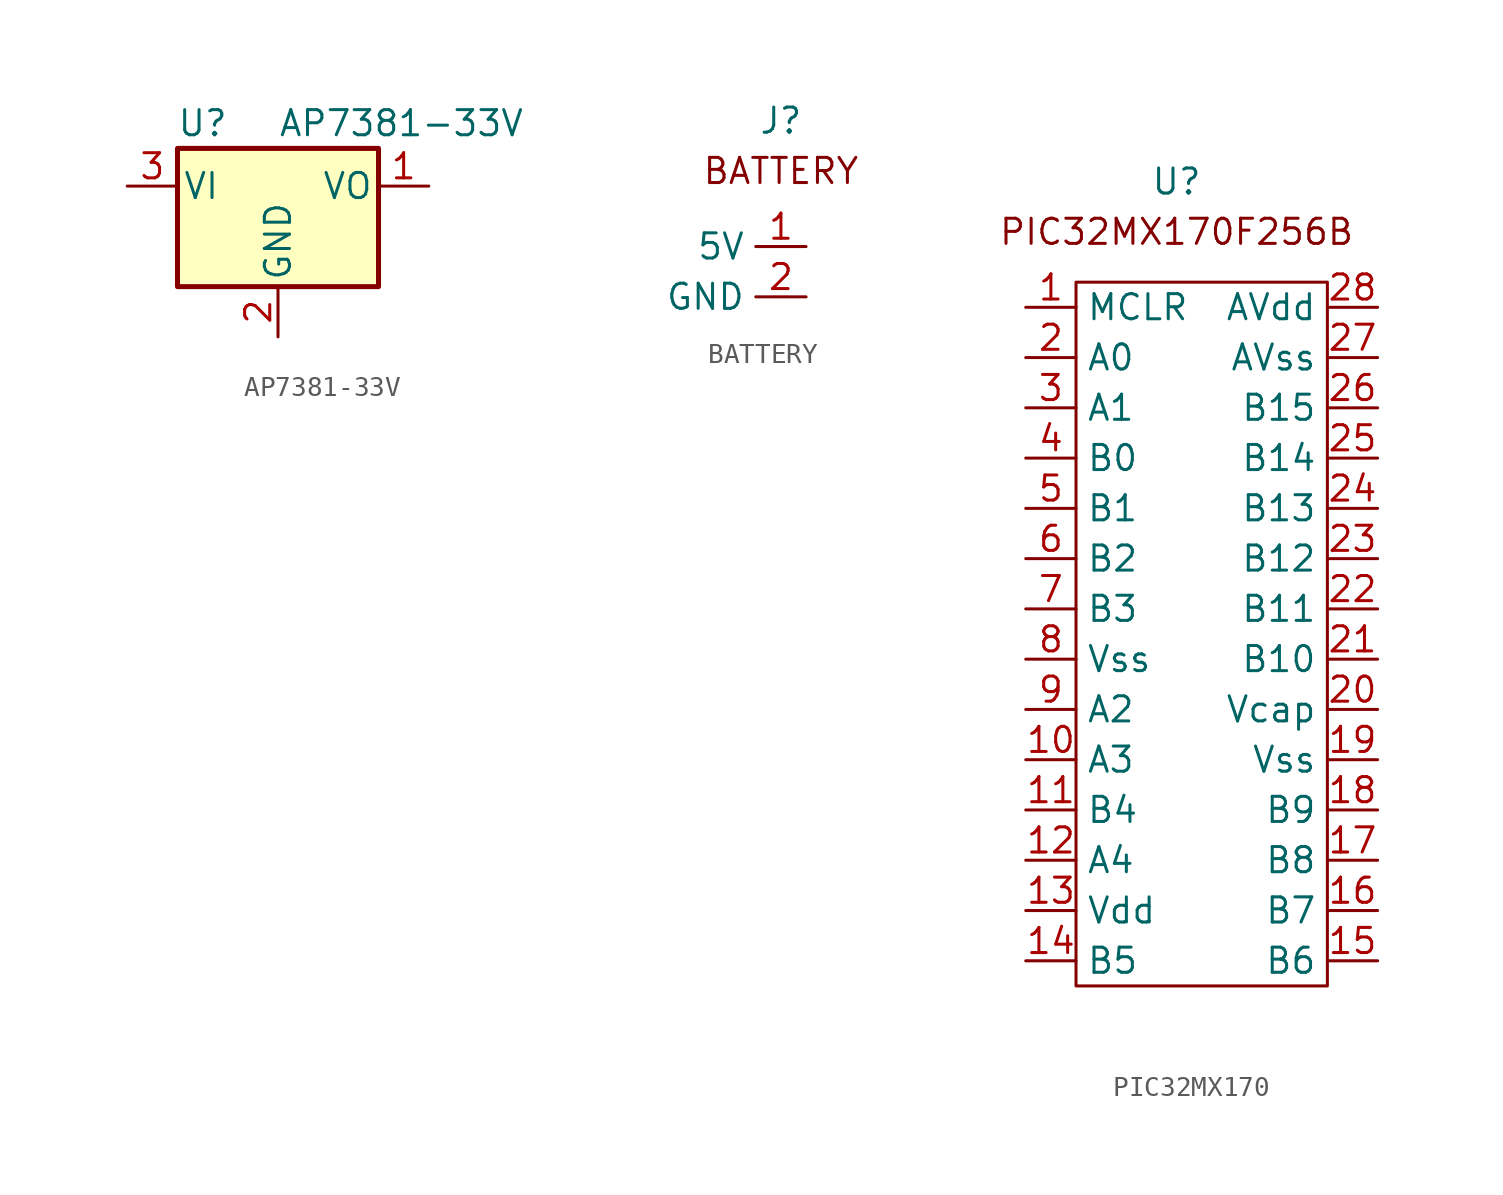
<source format=kicad_sym>
(kicad_symbol_lib
  (version 20220914)
  (generator kicad_symbol_editor)
  (symbol "AP7381-33V"
    (pin_names
      (offset 0.254))
    (property "Reference" "U"
      (at -3.81 3.175 0)
      (effects (font (size 1.27 1.27))))
    (property "Value" "AP7381-33V"
      (at 0 3.175 0)
      (effects (font (size 1.27 1.27)) (justify left)))
    (symbol "AP7381-33V_0_1"
      (rectangle (start -5.08 1.905) (end 5.08 -5.08) (stroke (width 0.254) (type default)) (fill (type background))))
    (symbol "AP7381-33V_1_1"
      (pin power_out line (at 7.62 0 180) (length 2.54) (name "VO" (effects (font (size 1.27 1.27)))) (number "1" (effects (font (size 1.27 1.27)))))
      (pin power_in line (at 0 -7.62 90) (length 2.54) (name "GND" (effects (font (size 1.27 1.27)))) (number "2" (effects (font (size 1.27 1.27)))))
      (pin power_in line (at -7.62 0 0) (length 2.54) (name "VI" (effects (font (size 1.27 1.27)))) (number "3" (effects (font (size 1.27 1.27)))))))
  (symbol "BATTERY"
    (property "Reference" "J"
      (at 0 5.08 0)
      (effects (font (size 1.27 1.27))))
    (property "Value" ""
      (at 0 0 0)
      (effects (font (size 1.27 1.27))))
    (symbol "BATTERY_1_1"
      (text "BATTERY" (at 0 2.54 0) (effects (font (size 1.27 1.27))))
      (pin input line (at 1.27 -1.27 180) (length 2.54) (name "5V" (effects (font (size 1.27 1.27)))) (number "1" (effects (font (size 1.27 1.27)))))
      (pin input line (at 1.27 -3.81 180) (length 2.54) (name "GND" (effects (font (size 1.27 1.27)))) (number "2" (effects (font (size 1.27 1.27)))))))
  (symbol "PIC32MX170"
    (property "Reference" "U"
      (at -1.27 12.7 0)
      (effects (font (size 1.27 1.27))))
    (property "Value" ""
      (at 0 0 0)
      (effects (font (size 1.27 1.27))))
    (symbol "PIC32MX170_0_1"
      (rectangle (start -6.35 7.62) (end 6.35 -27.94) (stroke (width 0) (type default)) (fill (type none))))
    (symbol "PIC32MX170_1_1"
      (text "PIC32MX170F256B" (at -1.27 10.16 0) (effects (font (size 1.27 1.27))))
      (pin input line (at -8.89 6.35 0) (length 2.54) (name "MCLR" (effects (font (size 1.27 1.27)))) (number "1" (effects (font (size 1.27 1.27)))))
      (pin input line (at -8.89 -16.51 0) (length 2.54) (name "A3" (effects (font (size 1.27 1.27)))) (number "10" (effects (font (size 1.27 1.27)))))
      (pin input line (at -8.89 -19.05 0) (length 2.54) (name "B4" (effects (font (size 1.27 1.27)))) (number "11" (effects (font (size 1.27 1.27)))))
      (pin input line (at -8.89 -21.59 0) (length 2.54) (name "A4" (effects (font (size 1.27 1.27)))) (number "12" (effects (font (size 1.27 1.27)))))
      (pin input line (at -8.89 -24.13 0) (length 2.54) (name "Vdd" (effects (font (size 1.27 1.27)))) (number "13" (effects (font (size 1.27 1.27)))))
      (pin input line (at -8.89 -26.67 0) (length 2.54) (name "B5" (effects (font (size 1.27 1.27)))) (number "14" (effects (font (size 1.27 1.27)))))
      (pin input line (at 8.89 -26.67 180) (length 2.54) (name "B6" (effects (font (size 1.27 1.27)))) (number "15" (effects (font (size 1.27 1.27)))))
      (pin input line (at 8.89 -24.13 180) (length 2.54) (name "B7" (effects (font (size 1.27 1.27)))) (number "16" (effects (font (size 1.27 1.27)))))
      (pin input line (at 8.89 -21.59 180) (length 2.54) (name "B8" (effects (font (size 1.27 1.27)))) (number "17" (effects (font (size 1.27 1.27)))))
      (pin input line (at 8.89 -19.05 180) (length 2.54) (name "B9" (effects (font (size 1.27 1.27)))) (number "18" (effects (font (size 1.27 1.27)))))
      (pin input line (at 8.89 -16.51 180) (length 2.54) (name "Vss" (effects (font (size 1.27 1.27)))) (number "19" (effects (font (size 1.27 1.27)))))
      (pin input line (at -8.89 3.81 0) (length 2.54) (name "A0" (effects (font (size 1.27 1.27)))) (number "2" (effects (font (size 1.27 1.27)))))
      (pin input line (at 8.89 -13.97 180) (length 2.54) (name "Vcap" (effects (font (size 1.27 1.27)))) (number "20" (effects (font (size 1.27 1.27)))))
      (pin input line (at 8.89 -11.43 180) (length 2.54) (name "B10" (effects (font (size 1.27 1.27)))) (number "21" (effects (font (size 1.27 1.27)))))
      (pin input line (at 8.89 -8.89 180) (length 2.54) (name "B11" (effects (font (size 1.27 1.27)))) (number "22" (effects (font (size 1.27 1.27)))))
      (pin input line (at 8.89 -6.35 180) (length 2.54) (name "B12" (effects (font (size 1.27 1.27)))) (number "23" (effects (font (size 1.27 1.27)))))
      (pin input line (at 8.89 -3.81 180) (length 2.54) (name "B13" (effects (font (size 1.27 1.27)))) (number "24" (effects (font (size 1.27 1.27)))))
      (pin input line (at 8.89 -1.27 180) (length 2.54) (name "B14" (effects (font (size 1.27 1.27)))) (number "25" (effects (font (size 1.27 1.27)))))
      (pin input line (at 8.89 1.27 180) (length 2.54) (name "B15" (effects (font (size 1.27 1.27)))) (number "26" (effects (font (size 1.27 1.27)))))
      (pin input line (at 8.89 3.81 180) (length 2.54) (name "AVss" (effects (font (size 1.27 1.27)))) (number "27" (effects (font (size 1.27 1.27)))))
      (pin input line (at 8.89 6.35 180) (length 2.54) (name "AVdd" (effects (font (size 1.27 1.27)))) (number "28" (effects (font (size 1.27 1.27)))))
      (pin input line (at -8.89 1.27 0) (length 2.54) (name "A1" (effects (font (size 1.27 1.27)))) (number "3" (effects (font (size 1.27 1.27)))))
      (pin input line (at -8.89 -1.27 0) (length 2.54) (name "B0" (effects (font (size 1.27 1.27)))) (number "4" (effects (font (size 1.27 1.27)))))
      (pin input line (at -8.89 -3.81 0) (length 2.54) (name "B1" (effects (font (size 1.27 1.27)))) (number "5" (effects (font (size 1.27 1.27)))))
      (pin input line (at -8.89 -6.35 0) (length 2.54) (name "B2" (effects (font (size 1.27 1.27)))) (number "6" (effects (font (size 1.27 1.27)))))
      (pin input line (at -8.89 -8.89 0) (length 2.54) (name "B3" (effects (font (size 1.27 1.27)))) (number "7" (effects (font (size 1.27 1.27)))))
      (pin input line (at -8.89 -11.43 0) (length 2.54) (name "Vss" (effects (font (size 1.27 1.27)))) (number "8" (effects (font (size 1.27 1.27)))))
      (pin input line (at -8.89 -13.97 0) (length 2.54) (name "A2" (effects (font (size 1.27 1.27)))) (number "9" (effects (font (size 1.27 1.27))))))))
</source>
